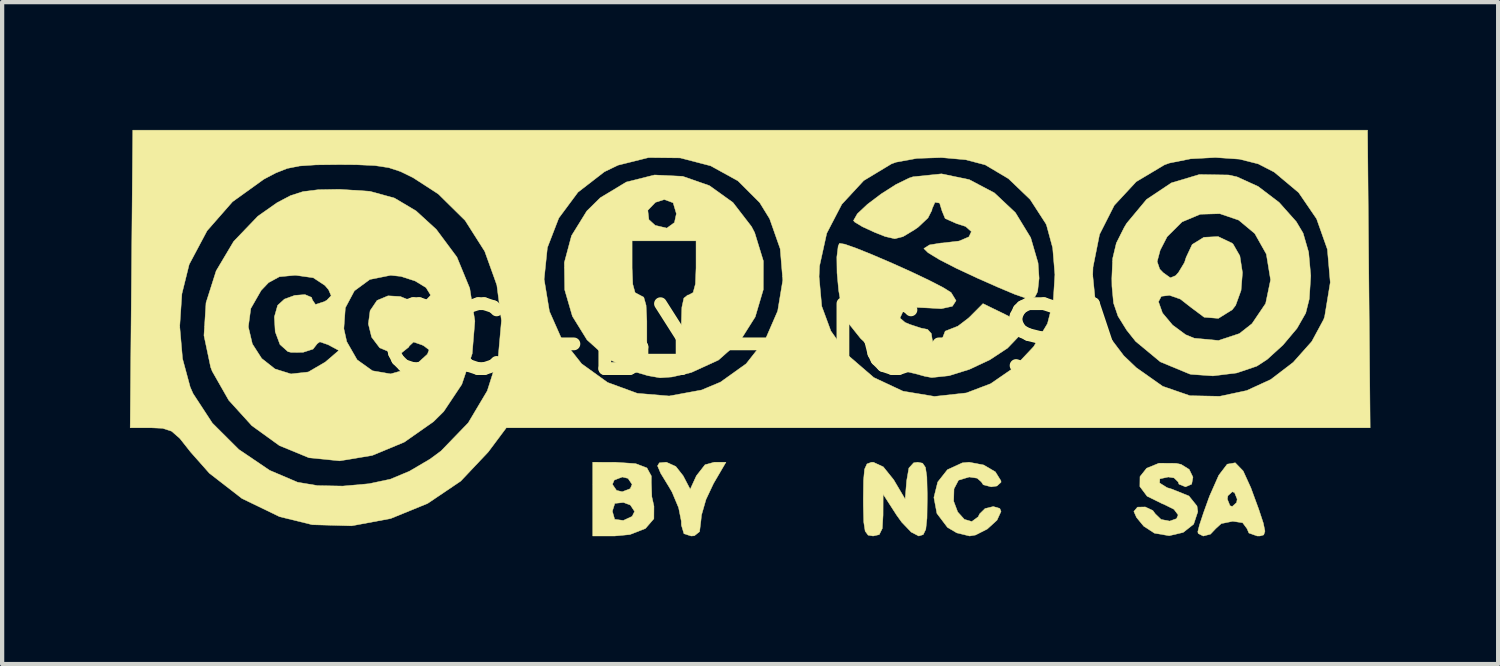
<source format=kicad_pcb>
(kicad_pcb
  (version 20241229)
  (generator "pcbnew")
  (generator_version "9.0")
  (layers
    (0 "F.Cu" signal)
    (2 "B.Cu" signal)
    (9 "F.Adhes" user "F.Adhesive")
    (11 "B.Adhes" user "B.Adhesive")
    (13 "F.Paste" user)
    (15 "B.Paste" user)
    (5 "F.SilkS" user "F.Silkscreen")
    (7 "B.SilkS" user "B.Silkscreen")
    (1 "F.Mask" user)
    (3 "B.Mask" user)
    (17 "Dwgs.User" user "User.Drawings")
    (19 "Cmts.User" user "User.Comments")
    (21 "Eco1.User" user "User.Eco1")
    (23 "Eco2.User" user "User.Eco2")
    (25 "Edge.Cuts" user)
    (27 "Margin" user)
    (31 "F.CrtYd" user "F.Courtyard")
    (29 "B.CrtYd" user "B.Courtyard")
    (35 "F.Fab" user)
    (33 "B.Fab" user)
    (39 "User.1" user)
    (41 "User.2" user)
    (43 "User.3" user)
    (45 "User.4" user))
  (footprint "CC-BY-NC-SA"
    (layer "F.Cu")
    (at 14.556 4.912)
    (property "Reference" "CC-BY-NC-SA" (at 0 0 0) (layer "F.SilkS") (effects (font (size 1.524 1.524) (thickness 0.3))))
    (attr through_hole board_only exclude_from_pos_files exclude_from_bom)
    (fp_poly (pts (xy -0.861 3.387) (xy -1.037 3.761) (xy -1.142 4.126) (xy -1.155 4.253) (xy -1.187 4.515) (xy -1.309 4.612) (xy -1.385 4.618) (xy -1.554 4.564) (xy -1.614 4.363) (xy -1.616 4.27) (xy -1.679 3.955) (xy -1.834 3.586) (xy -1.905 3.464) (xy -2.101 3.143) (xy -2.174 2.971) (xy -2.131 2.9) (xy -1.974 2.886) (xy -1.966 2.886) (xy -1.746 2.985) (xy -1.573 3.204) (xy -1.407 3.521) (xy -1.262 3.204) (xy -1.059 2.945) (xy -0.843 2.886) (xy -0.568 2.886) (xy -0.861 3.387)) (stroke (width 0.01) (type solid)) (fill yes) (layer "F.SilkS"))
    (fp_poly (pts (xy 5.48 2.951) (xy 5.755 3.112) (xy 5.886 3.323) (xy 5.888 3.356) (xy 5.791 3.444) (xy 5.657 3.464) (xy 5.47 3.415) (xy 5.426 3.348) (xy 5.328 3.261) (xy 5.14 3.233) (xy 4.89 3.308) (xy 4.784 3.511) (xy 4.776 3.801) (xy 4.871 4.054) (xy 5.027 4.227) (xy 5.202 4.278) (xy 5.352 4.167) (xy 5.385 4.099) (xy 5.513 3.973) (xy 5.706 3.926) (xy 5.859 3.971) (xy 5.888 4.041) (xy 5.793 4.247) (xy 5.564 4.455) (xy 5.288 4.595) (xy 5.151 4.618) (xy 4.85 4.545) (xy 4.631 4.416) (xy 4.383 4.088) (xy 4.312 3.713) (xy 4.402 3.351) (xy 4.63 3.061) (xy 4.979 2.901) (xy 5.138 2.886) (xy 5.48 2.951)) (stroke (width 0.01) (type solid)) (fill yes) (layer "F.SilkS"))
    (fp_poly (pts (xy 11.571 3.092) (xy 11.751 3.486) (xy 11.936 3.99) (xy 12.044 4.317) (xy 12.082 4.505) (xy 12.053 4.592) (xy 11.964 4.617) (xy 11.9 4.618) (xy 11.705 4.548) (xy 11.661 4.445) (xy 11.558 4.307) (xy 11.327 4.272) (xy 11.056 4.327) (xy 10.926 4.445) (xy 10.803 4.575) (xy 10.631 4.619) (xy 10.515 4.558) (xy 10.506 4.517) (xy 10.544 4.364) (xy 10.644 4.062) (xy 10.756 3.752) (xy 11.199 3.752) (xy 11.261 3.906) (xy 11.315 3.925) (xy 11.417 3.832) (xy 11.43 3.752) (xy 11.368 3.599) (xy 11.315 3.579) (xy 11.212 3.673) (xy 11.199 3.752) (xy 10.756 3.752) (xy 10.782 3.68) (xy 10.998 3.192) (xy 11.196 2.932) (xy 11.385 2.899) (xy 11.571 3.092)) (stroke (width 0.01) (type solid)) (fill yes) (layer "F.SilkS"))
    (fp_poly (pts (xy 4.047 2.909) (xy 4.114 3.007) (xy 4.147 3.229) (xy 4.156 3.623) (xy 4.156 3.752) (xy 4.15 4.199) (xy 4.122 4.461) (xy 4.062 4.585) (xy 3.961 4.617) (xy 3.954 4.617) (xy 3.779 4.526) (xy 3.557 4.294) (xy 3.437 4.127) (xy 3.121 3.637) (xy 3.119 4.128) (xy 3.101 4.441) (xy 3.03 4.585) (xy 2.886 4.618) (xy 2.768 4.598) (xy 2.699 4.504) (xy 2.666 4.291) (xy 2.656 3.908) (xy 2.655 3.752) (xy 2.661 3.31) (xy 2.685 3.05) (xy 2.742 2.926) (xy 2.844 2.888) (xy 2.89 2.886) (xy 3.125 2.995) (xy 3.37 3.3) (xy 3.381 3.319) (xy 3.637 3.752) (xy 3.673 3.319) (xy 3.725 3.023) (xy 3.837 2.9) (xy 3.932 2.886) (xy 4.047 2.909)) (stroke (width 0.01) (type solid)) (fill yes) (layer "F.SilkS"))
    (fp_poly (pts (xy -3.146 2.888) (xy -2.688 2.919) (xy -2.423 3.02) (xy -2.319 3.21) (xy -2.32 3.361) (xy -2.308 3.695) (xy -2.258 3.918) (xy -2.26 4.213) (xy -2.458 4.442) (xy -2.823 4.584) (xy -3.188 4.618) (xy -3.695 4.618) (xy -3.695 4.041) (xy -3.233 4.041) (xy -3.18 4.226) (xy -2.984 4.252) (xy -2.973 4.251) (xy -2.77 4.157) (xy -2.713 4.041) (xy -2.811 3.892) (xy -2.973 3.831) (xy -3.176 3.852) (xy -3.233 4.031) (xy -3.233 4.041) (xy -3.695 4.041) (xy -3.695 3.406) (xy -3.233 3.406) (xy -3.136 3.547) (xy -3.002 3.579) (xy -2.814 3.507) (xy -2.771 3.406) (xy -2.867 3.265) (xy -3.002 3.233) (xy -3.19 3.305) (xy -3.233 3.406) (xy -3.695 3.406) (xy -3.695 2.886) (xy -3.146 2.888)) (stroke (width 0.01) (type solid)) (fill yes) (layer "F.SilkS"))
    (fp_poly (pts (xy 9.997 2.912) (xy 10.114 2.937) (xy 10.304 3.055) (xy 10.392 3.237) (xy 10.362 3.401) (xy 10.218 3.464) (xy 10.064 3.401) (xy 10.045 3.348) (xy 9.948 3.254) (xy 9.814 3.233) (xy 9.615 3.276) (xy 9.61 3.374) (xy 9.785 3.483) (xy 9.9 3.518) (xy 10.298 3.679) (xy 10.487 3.914) (xy 10.506 4.047) (xy 10.409 4.34) (xy 10.163 4.534) (xy 9.834 4.611) (xy 9.489 4.552) (xy 9.236 4.387) (xy 9.067 4.181) (xy 9.005 4.041) (xy 9.09 3.94) (xy 9.273 3.936) (xy 9.45 4.019) (xy 9.509 4.099) (xy 9.644 4.229) (xy 9.844 4.268) (xy 10.007 4.211) (xy 10.045 4.123) (xy 9.946 3.991) (xy 9.705 3.871) (xy 9.679 3.863) (xy 9.316 3.684) (xy 9.146 3.457) (xy 9.149 3.224) (xy 9.305 3.027) (xy 9.594 2.909) (xy 9.997 2.912)) (stroke (width 0.01) (type solid)) (fill yes) (layer "F.SilkS"))
    (fp_poly (pts (xy 5.141 -3.747) (xy 5.732 -3.435) (xy 6.225 -2.972) (xy 6.584 -2.384) (xy 6.757 -1.79) (xy 6.781 -1.431) (xy 6.748 -1.134) (xy 6.734 -1.091) (xy 6.684 -0.996) (xy 6.606 -0.953) (xy 6.46 -0.969) (xy 6.21 -1.055) (xy 5.82 -1.219) (xy 5.338 -1.432) (xy 4.845 -1.662) (xy 4.444 -1.868) (xy 4.176 -2.031) (xy 4.078 -2.127) (xy 4.078 -2.131) (xy 4.209 -2.214) (xy 4.477 -2.258) (xy 4.52 -2.26) (xy 4.904 -2.305) (xy 5.134 -2.403) (xy 5.192 -2.526) (xy 5.057 -2.647) (xy 4.849 -2.713) (xy 4.576 -2.834) (xy 4.503 -3.011) (xy 4.446 -3.197) (xy 4.338 -3.215) (xy 4.268 -3.057) (xy 4.267 -3.031) (xy 4.173 -2.847) (xy 3.944 -2.631) (xy 3.847 -2.564) (xy 3.586 -2.408) (xy 3.394 -2.359) (xy 3.169 -2.411) (xy 2.929 -2.506) (xy 2.633 -2.642) (xy 2.452 -2.752) (xy 2.425 -2.786) (xy 2.516 -2.945) (xy 2.752 -3.167) (xy 3.074 -3.41) (xy 3.42 -3.631) (xy 3.733 -3.784) (xy 3.822 -3.813) (xy 4.491 -3.882) (xy 5.141 -3.747)) (stroke (width 0.01) (type solid)) (fill yes) (layer "F.SilkS"))
    (fp_poly (pts (xy 2.22 -2.231) (xy 2.5 -2.132) (xy 2.888 -1.975) (xy 3.335 -1.783) (xy 3.79 -1.578) (xy 4.204 -1.381) (xy 4.528 -1.214) (xy 4.711 -1.1) (xy 4.718 -1.093) (xy 4.832 -0.906) (xy 4.746 -0.774) (xy 4.486 -0.717) (xy 4.21 -0.733) (xy 3.833 -0.751) (xy 3.614 -0.67) (xy 3.578 -0.633) (xy 3.516 -0.498) (xy 3.634 -0.396) (xy 3.747 -0.348) (xy 4.009 -0.262) (xy 4.164 -0.231) (xy 4.252 -0.134) (xy 4.272 0) (xy 4.32 0.188) (xy 4.387 0.231) (xy 4.481 0.134) (xy 4.503 0) (xy 4.577 -0.19) (xy 4.681 -0.231) (xy 4.876 -0.308) (xy 5.123 -0.496) (xy 5.162 -0.533) (xy 5.464 -0.836) (xy 5.976 -0.587) (xy 6.276 -0.432) (xy 6.402 -0.32) (xy 6.389 -0.198) (xy 6.32 -0.083) (xy 6.04 0.209) (xy 5.625 0.482) (xy 5.145 0.707) (xy 4.667 0.856) (xy 4.261 0.899) (xy 4.099 0.869) (xy 3.907 0.816) (xy 3.663 0.758) (xy 3.341 0.611) (xy 2.961 0.332) (xy 2.591 -0.02) (xy 2.299 -0.386) (xy 2.225 -0.511) (xy 2.141 -0.772) (xy 2.077 -1.145) (xy 2.039 -1.556) (xy 2.034 -1.929) (xy 2.066 -2.188) (xy 2.097 -2.251) (xy 2.22 -2.231)) (stroke (width 0.01) (type solid)) (fill yes) (layer "F.SilkS"))
    (fp_poly (pts (xy -1.584 -3.824) (xy -0.956 -3.605) (xy -0.404 -3.209) (xy 0.031 -2.645) (xy 0.105 -2.504) (xy 0.31 -1.837) (xy 0.308 -1.164) (xy 0.119 -0.525) (xy -0.238 0.04) (xy -0.743 0.488) (xy -1.377 0.778) (xy -1.451 0.798) (xy -1.836 0.885) (xy -2.114 0.905) (xy -2.402 0.854) (xy -2.687 0.77) (xy -3.332 0.463) (xy -3.829 0.014) (xy -4.172 -0.54) (xy -4.352 -1.158) (xy -4.361 -1.801) (xy -4.225 -2.309) (xy -2.771 -2.309) (xy -2.771 -1.674) (xy -2.755 -1.291) (xy -2.701 -1.094) (xy -2.598 -1.039) (xy -2.497 -0.986) (xy -2.443 -0.797) (xy -2.425 -0.43) (xy -2.425 -0.346) (xy -2.425 0.346) (xy -1.616 0.346) (xy -1.616 -0.346) (xy -1.603 -0.749) (xy -1.556 -0.965) (xy -1.464 -1.038) (xy -1.443 -1.039) (xy -1.339 -1.096) (xy -1.285 -1.296) (xy -1.27 -1.674) (xy -1.27 -2.309) (xy -2.771 -2.309) (xy -4.225 -2.309) (xy -4.192 -2.431) (xy -3.835 -3.008) (xy -3.816 -3.027) (xy -2.402 -3.027) (xy -2.377 -2.808) (xy -2.229 -2.673) (xy -1.956 -2.608) (xy -1.777 -2.739) (xy -1.732 -2.947) (xy -1.808 -3.203) (xy -2.015 -3.279) (xy -2.223 -3.213) (xy -2.402 -3.027) (xy -3.816 -3.027) (xy -3.519 -3.32) (xy -2.906 -3.69) (xy -2.247 -3.855) (xy -1.584 -3.824)) (stroke (width 0.01) (type solid)) (fill yes) (layer "F.SilkS"))
    (fp_poly (pts (xy 11.231 -3.855) (xy 11.424 -3.812) (xy 11.922 -3.586) (xy 12.414 -3.212) (xy 12.817 -2.76) (xy 12.977 -2.491) (xy 13.107 -2.043) (xy 13.157 -1.49) (xy 13.122 -0.945) (xy 13.039 -0.614) (xy 12.834 -0.255) (xy 12.505 0.136) (xy 12.133 0.474) (xy 11.892 0.631) (xy 11.419 0.791) (xy 10.862 0.86) (xy 10.351 0.824) (xy 10.315 0.816) (xy 9.627 0.531) (xy 9.047 0.05) (xy 8.836 -0.215) (xy 8.633 -0.542) (xy 8.528 -0.85) (xy 8.491 -1.244) (xy 8.488 -1.43) (xy 8.505 -1.823) (xy 9.552 -1.823) (xy 9.612 -1.647) (xy 9.694 -1.562) (xy 9.862 -1.442) (xy 9.986 -1.493) (xy 10.052 -1.567) (xy 10.193 -1.8) (xy 10.232 -1.922) (xy 10.374 -2.224) (xy 10.648 -2.393) (xy 10.983 -2.41) (xy 11.309 -2.255) (xy 11.334 -2.233) (xy 11.493 -1.957) (xy 11.554 -1.564) (xy 11.521 -1.146) (xy 11.394 -0.796) (xy 11.315 -0.693) (xy 10.989 -0.49) (xy 10.655 -0.517) (xy 10.343 -0.75) (xy 10.097 -0.942) (xy 9.843 -1.031) (xy 9.65 -1.008) (xy 9.583 -0.881) (xy 9.677 -0.616) (xy 9.914 -0.333) (xy 10.222 -0.106) (xy 10.42 -0.025) (xy 10.991 0.029) (xy 11.482 -0.133) (xy 11.777 -0.365) (xy 12.098 -0.839) (xy 12.214 -1.394) (xy 12.116 -1.989) (xy 12.111 -2.005) (xy 11.843 -2.481) (xy 11.465 -2.796) (xy 11.022 -2.947) (xy 10.564 -2.934) (xy 10.136 -2.754) (xy 9.786 -2.406) (xy 9.623 -2.09) (xy 9.552 -1.823) (xy 8.505 -1.823) (xy 8.508 -1.898) (xy 8.594 -2.257) (xy 8.778 -2.623) (xy 8.836 -2.72) (xy 9.304 -3.282) (xy 9.886 -3.67) (xy 10.542 -3.866) (xy 11.231 -3.855)) (stroke (width 0.01) (type solid)) (fill yes) (layer "F.SilkS"))
    (fp_poly (pts (xy -8.924 -3.472) (xy -8.349 -3.314) (xy -7.842 -3.013) (xy -7.367 -2.579) (xy -6.882 -1.927) (xy -6.581 -1.196) (xy -6.461 -0.427) (xy -6.524 0.339) (xy -6.768 1.06) (xy -7.192 1.696) (xy -7.432 1.934) (xy -8.12 2.416) (xy -8.87 2.727) (xy -9.633 2.854) (xy -10.353 2.782) (xy -11.048 2.496) (xy -11.695 2.029) (xy -12.238 1.431) (xy -12.625 0.752) (xy -12.662 0.656) (xy -12.819 -0.088) (xy -12.806 -0.292) (xy -11.778 -0.292) (xy -11.683 0.11) (xy -11.464 0.451) (xy -11.152 0.697) (xy -10.777 0.814) (xy -10.37 0.768) (xy -9.971 0.535) (xy -9.654 0.263) (xy -9.907 0.127) (xy -10.1 0.061) (xy -10.16 0.104) (xy -10.259 0.231) (xy -10.494 0.307) (xy -10.769 0.309) (xy -10.849 0.29) (xy -11.035 0.124) (xy -11.147 -0.177) (xy -11.151 -0.248) (xy -9.536 -0.248) (xy -9.468 0.057) (xy -9.224 0.483) (xy -8.864 0.74) (xy -8.438 0.813) (xy -7.998 0.688) (xy -7.778 0.535) (xy -7.575 0.351) (xy -7.536 0.249) (xy -7.648 0.162) (xy -7.702 0.133) (xy -7.9 0.065) (xy -8.002 0.159) (xy -8.012 0.183) (xy -8.179 0.317) (xy -8.398 0.325) (xy -8.695 0.201) (xy -8.884 -0.049) (xy -8.961 -0.361) (xy -8.92 -0.67) (xy -8.757 -0.911) (xy -8.499 -1.019) (xy -8.21 -1.003) (xy -8.032 -0.93) (xy -7.835 -0.865) (xy -7.622 -0.904) (xy -7.507 -1.024) (xy -7.505 -1.045) (xy -7.607 -1.212) (xy -7.862 -1.367) (xy -8.195 -1.475) (xy -8.438 -1.501) (xy -8.926 -1.403) (xy -9.289 -1.136) (xy -9.501 -0.738) (xy -9.536 -0.248) (xy -11.151 -0.248) (xy -11.167 -0.524) (xy -11.09 -0.796) (xy -10.93 -0.942) (xy -10.688 -1.03) (xy -10.448 -1.048) (xy -10.294 -0.983) (xy -10.275 -0.924) (xy -10.202 -0.816) (xy -9.991 -0.884) (xy -9.934 -0.918) (xy -9.834 -1.022) (xy -9.894 -1.162) (xy -9.98 -1.263) (xy -10.253 -1.443) (xy -10.664 -1.501) (xy -10.687 -1.501) (xy -11.049 -1.467) (xy -11.303 -1.329) (xy -11.477 -1.146) (xy -11.72 -0.722) (xy -11.778 -0.292) (xy -12.806 -0.292) (xy -12.771 -0.856) (xy -12.533 -1.605) (xy -12.122 -2.296) (xy -11.554 -2.888) (xy -11.103 -3.205) (xy -10.788 -3.371) (xy -10.493 -3.466) (xy -10.134 -3.51) (xy -9.64 -3.519) (xy -8.924 -3.472)) (stroke (width 0.01) (type solid)) (fill yes) (layer "F.SilkS"))
    (fp_poly (pts (xy 14.52 -1.414) (xy 14.551 2.078) (xy -5.723 2.078) (xy -6.148 2.647) (xy -6.793 3.33) (xy -7.57 3.854) (xy -8.437 4.208) (xy -9.353 4.379) (xy -10.276 4.353) (xy -11.046 4.164) (xy -11.928 3.737) (xy -12.692 3.145) (xy -13.133 2.647) (xy -13.383 2.33) (xy -13.578 2.159) (xy -13.789 2.09) (xy -14.054 2.078) (xy -14.551 2.078) (xy -14.53 -0.302) (xy -13.388 -0.302) (xy -13.322 0.457) (xy -13.142 1.123) (xy -13.075 1.275) (xy -12.622 1.968) (xy -12.001 2.587) (xy -11.277 3.077) (xy -10.622 3.356) (xy -10.152 3.435) (xy -9.561 3.446) (xy -8.947 3.391) (xy -8.447 3.285) (xy -7.998 3.098) (xy -7.512 2.812) (xy -7.255 2.622) (xy -6.617 1.962) (xy -6.17 1.211) (xy -5.912 0.401) (xy -5.837 -0.437) (xy -5.945 -1.269) (xy -5.994 -1.408) (xy -4.836 -1.408) (xy -4.711 -0.655) (xy -4.436 -0.033) (xy -3.955 0.576) (xy -3.346 1.014) (xy -2.649 1.269) (xy -1.901 1.332) (xy -1.141 1.192) (xy -0.697 1.006) (xy -0.094 0.575) (xy 0.356 0.004) (xy 0.646 -0.664) (xy 0.766 -1.387) (xy 0.759 -1.468) (xy 1.617 -1.468) (xy 1.68 -0.775) (xy 1.894 -0.194) (xy 2.29 0.365) (xy 2.312 0.39) (xy 2.901 0.898) (xy 3.587 1.219) (xy 4.326 1.342) (xy 5.074 1.26) (xy 5.645 1.043) (xy 6.184 0.671) (xy 6.654 0.172) (xy 6.978 -0.368) (xy 6.979 -0.372) (xy 7.113 -0.892) (xy 7.151 -1.501) (xy 8.04 -1.501) (xy 8.112 -0.783) (xy 8.345 -0.173) (xy 8.767 0.385) (xy 9.063 0.668) (xy 9.682 1.104) (xy 10.322 1.325) (xy 11.021 1.339) (xy 11.654 1.204) (xy 12.216 0.946) (xy 12.745 0.542) (xy 13.181 0.052) (xy 13.46 -0.465) (xy 13.483 -0.533) (xy 13.615 -1.334) (xy 13.547 -2.111) (xy 13.294 -2.826) (xy 12.873 -3.442) (xy 12.299 -3.923) (xy 11.924 -4.116) (xy 11.482 -4.227) (xy 10.92 -4.266) (xy 10.339 -4.235) (xy 9.839 -4.135) (xy 9.723 -4.093) (xy 9.06 -3.697) (xy 8.545 -3.142) (xy 8.2 -2.461) (xy 8.046 -1.689) (xy 8.04 -1.501) (xy 7.151 -1.501) (xy 7.152 -1.518) (xy 7.1 -2.145) (xy 6.957 -2.672) (xy 6.939 -2.713) (xy 6.572 -3.28) (xy 6.062 -3.769) (xy 5.517 -4.093) (xy 5.059 -4.213) (xy 4.491 -4.264) (xy 3.913 -4.245) (xy 3.426 -4.156) (xy 3.316 -4.116) (xy 2.666 -3.724) (xy 2.151 -3.168) (xy 1.797 -2.487) (xy 1.628 -1.719) (xy 1.617 -1.468) (xy 0.759 -1.468) (xy 0.705 -2.122) (xy 0.457 -2.828) (xy 0.223 -3.208) (xy -0.288 -3.718) (xy -0.927 -4.07) (xy -1.642 -4.256) (xy -2.383 -4.264) (xy -3.101 -4.085) (xy -3.42 -3.931) (xy -4.041 -3.451) (xy -4.491 -2.845) (xy -4.759 -2.151) (xy -4.836 -1.408) (xy -5.994 -1.408) (xy -6.23 -2.064) (xy -6.69 -2.788) (xy -7.321 -3.41) (xy -7.909 -3.791) (xy -8.205 -3.936) (xy -8.481 -4.027) (xy -8.805 -4.076) (xy -9.244 -4.096) (xy -9.64 -4.099) (xy -10.187 -4.093) (xy -10.573 -4.067) (xy -10.865 -4.009) (xy -11.134 -3.903) (xy -11.413 -3.756) (xy -12.149 -3.227) (xy -12.746 -2.546) (xy -13.162 -1.764) (xy -13.168 -1.749) (xy -13.337 -1.067) (xy -13.388 -0.302) (xy -14.53 -0.302) (xy -14.52 -1.414) (xy -14.49 -4.907) (xy 14.49 -4.907) (xy 14.52 -1.414)) (stroke (width 0.01) (type solid)) (fill yes) (layer "F.SilkS")))
  (gr_rect
    (start -3 -3)
    (end 32.111 12.535)
    (stroke (width 0.1) (type default))
    (fill no)
    (layer "Edge.Cuts")))
</source>
